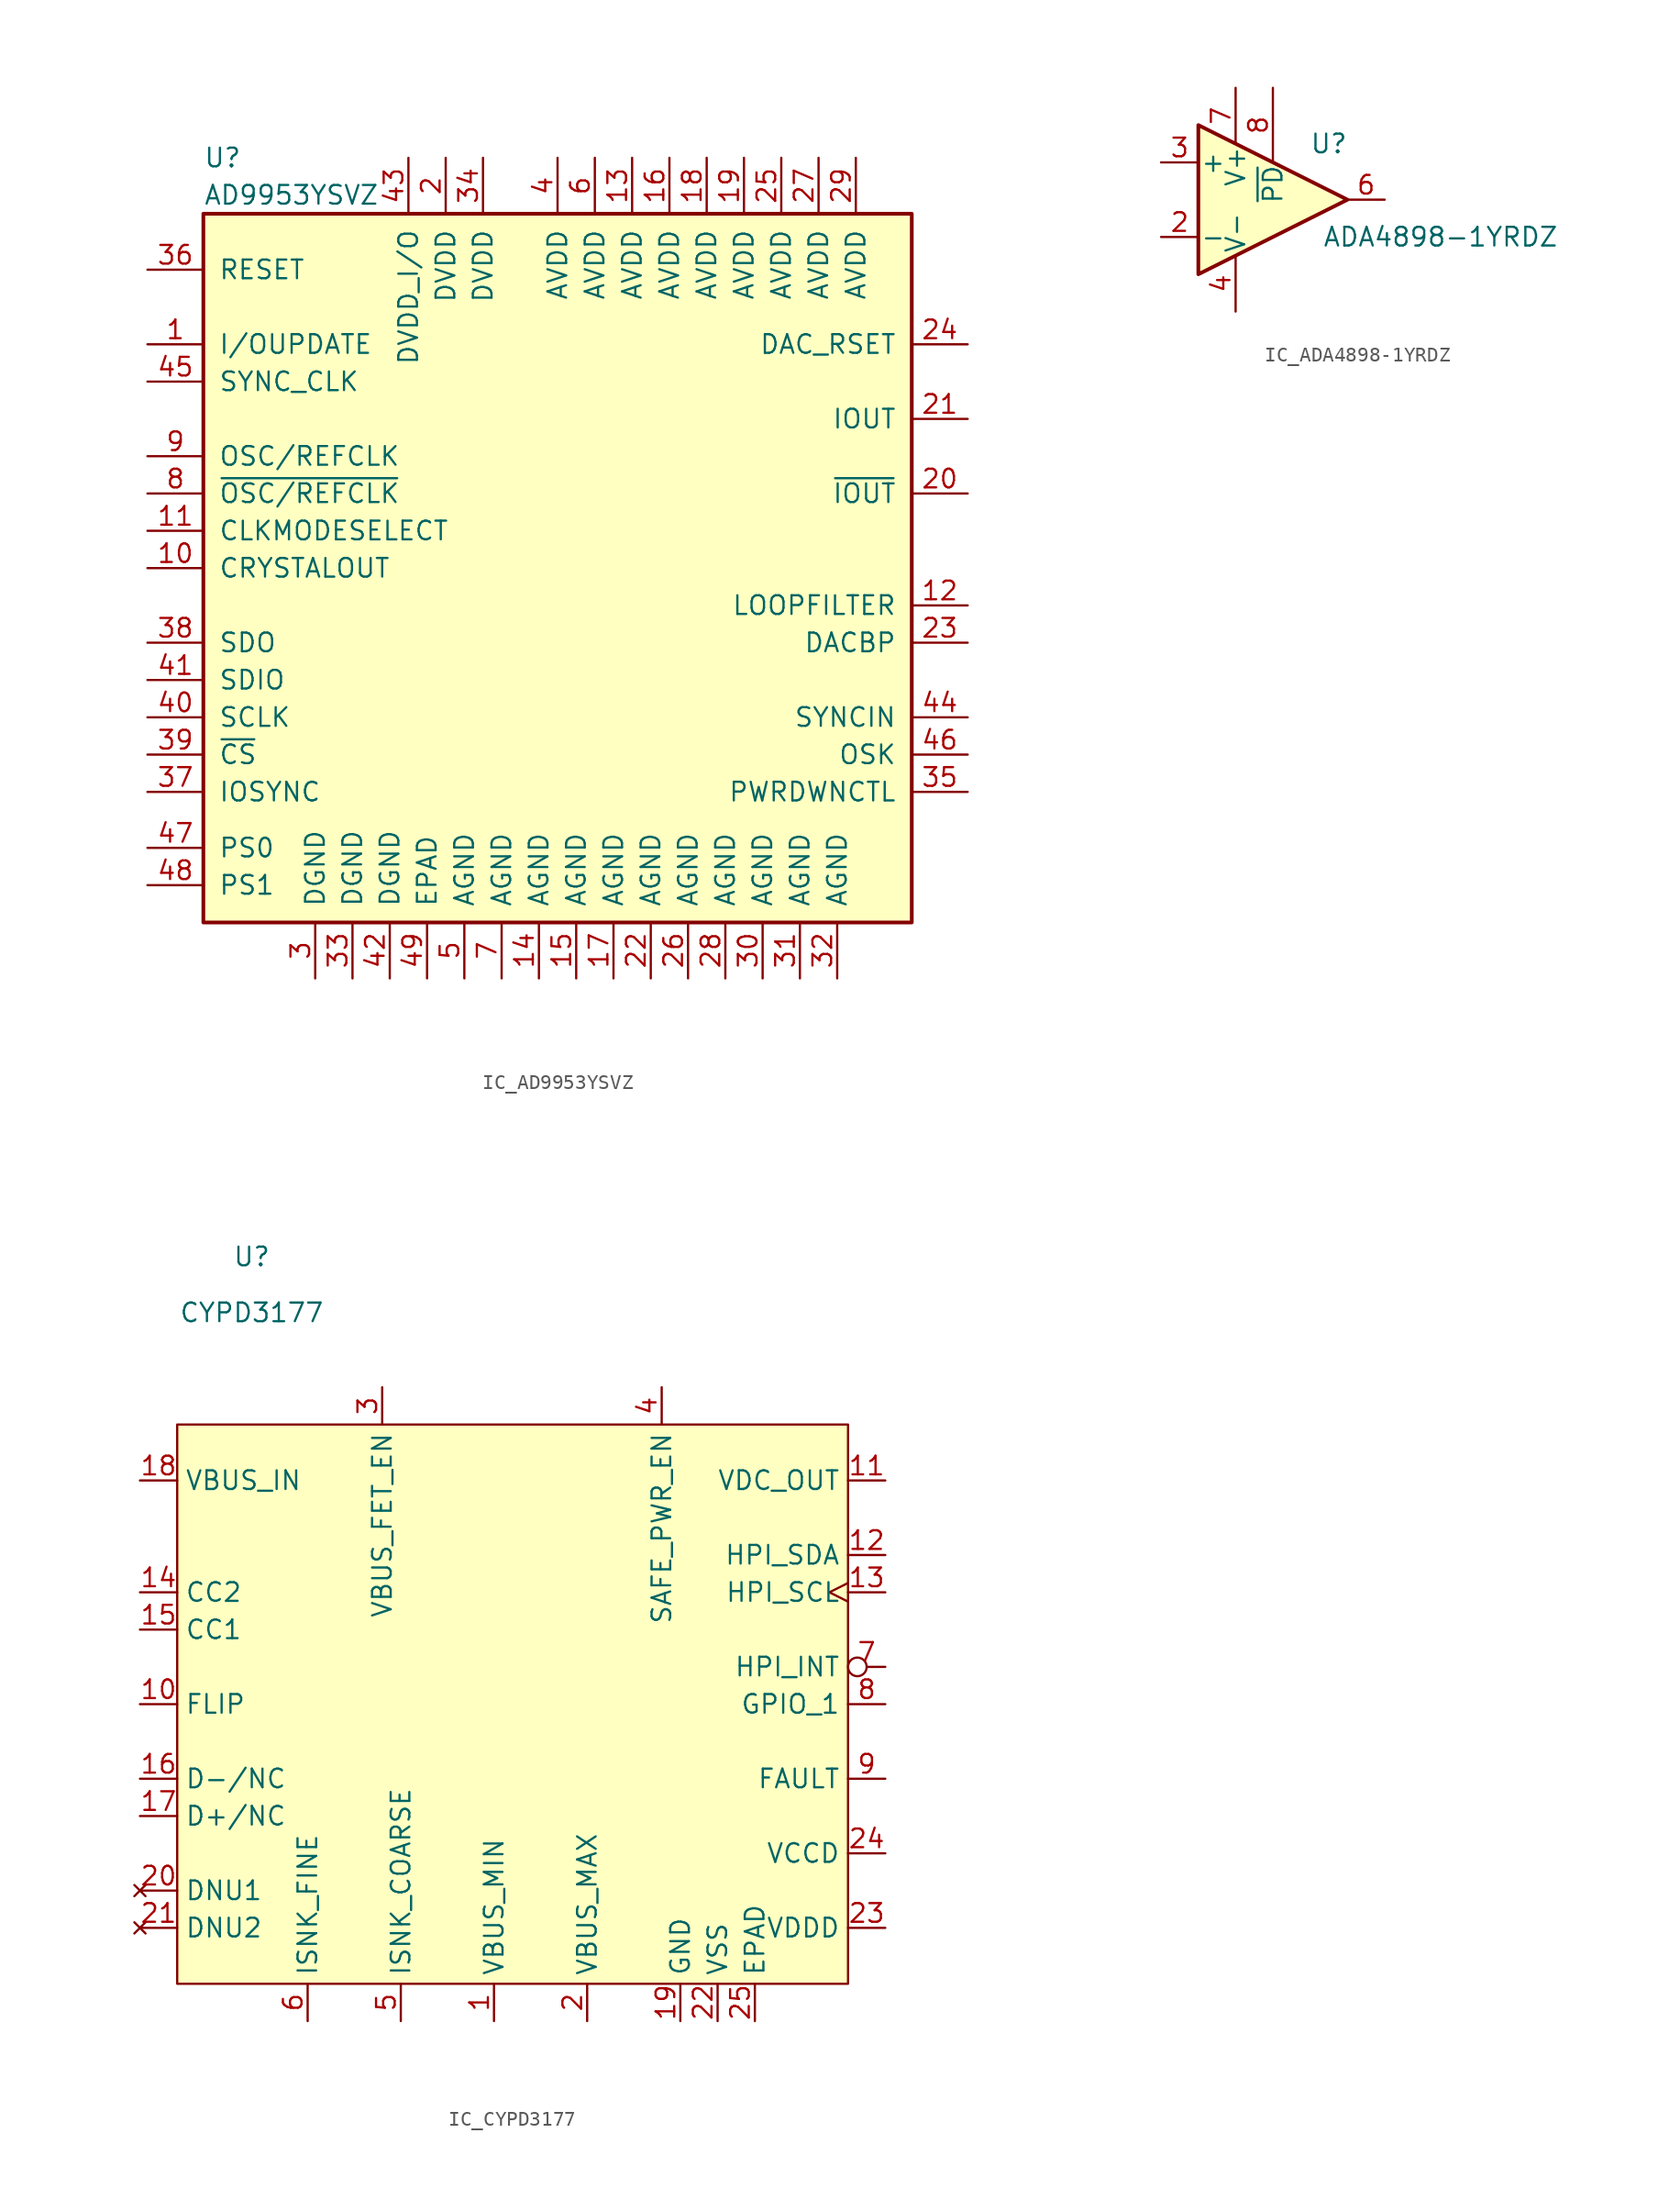
<source format=kicad_sym>
(kicad_symbol_lib
  (version 20220914)
  (generator kicad_symbol_editor)
  (symbol "IC_AD9953YSVZ"
    (pin_names
      (offset 1.016))
    (property "Reference" "U"
      (at -24.13 27.94 0)
      (effects (font (size 1.27 1.27)) (justify left)))
    (property "Value" "AD9953YSVZ"
      (at -24.13 25.4 0)
      (effects (font (size 1.27 1.27)) (justify left)))
    (symbol "IC_AD9953YSVZ_0_1"
      (rectangle (start -24.13 24.13) (end 24.13 -24.13) (stroke (width 0.254) (type default)) (fill (type background))))
    (symbol "IC_AD9953YSVZ_1_1"
      (pin bidirectional line (at -27.94 15.24 0) (length 3.81) (name "I/OUPDATE" (effects (font (size 1.27 1.27)))) (number "1" (effects (font (size 1.27 1.27)))))
      (pin output line (at -27.94 0 0) (length 3.81) (name "CRYSTALOUT" (effects (font (size 1.27 1.27)))) (number "10" (effects (font (size 1.27 1.27)))))
      (pin input line (at -27.94 2.54 0) (length 3.81) (name "CLKMODESELECT" (effects (font (size 1.27 1.27)))) (number "11" (effects (font (size 1.27 1.27)))))
      (pin input line (at 27.94 -2.54 180) (length 3.81) (name "LOOPFILTER" (effects (font (size 1.27 1.27)))) (number "12" (effects (font (size 1.27 1.27)))))
      (pin power_in line (at 5.08 27.94 270) (length 3.81) (name "AVDD" (effects (font (size 1.27 1.27)))) (number "13" (effects (font (size 1.27 1.27)))))
      (pin power_in line (at -1.27 -27.94 90) (length 3.81) (name "AGND" (effects (font (size 1.27 1.27)))) (number "14" (effects (font (size 1.27 1.27)))))
      (pin power_in line (at 1.27 -27.94 90) (length 3.81) (name "AGND" (effects (font (size 1.27 1.27)))) (number "15" (effects (font (size 1.27 1.27)))))
      (pin power_in line (at 7.62 27.94 270) (length 3.81) (name "AVDD" (effects (font (size 1.27 1.27)))) (number "16" (effects (font (size 1.27 1.27)))))
      (pin power_in line (at 3.81 -27.94 90) (length 3.81) (name "AGND" (effects (font (size 1.27 1.27)))) (number "17" (effects (font (size 1.27 1.27)))))
      (pin power_in line (at 10.16 27.94 270) (length 3.81) (name "AVDD" (effects (font (size 1.27 1.27)))) (number "18" (effects (font (size 1.27 1.27)))))
      (pin power_in line (at 12.7 27.94 270) (length 3.81) (name "AVDD" (effects (font (size 1.27 1.27)))) (number "19" (effects (font (size 1.27 1.27)))))
      (pin power_in line (at -7.62 27.94 270) (length 3.81) (name "DVDD" (effects (font (size 1.27 1.27)))) (number "2" (effects (font (size 1.27 1.27)))))
      (pin output line (at 27.94 5.08 180) (length 3.81) (name "~{IOUT}" (effects (font (size 1.27 1.27)))) (number "20" (effects (font (size 1.27 1.27)))))
      (pin output line (at 27.94 10.16 180) (length 3.81) (name "IOUT" (effects (font (size 1.27 1.27)))) (number "21" (effects (font (size 1.27 1.27)))))
      (pin power_in line (at 6.35 -27.94 90) (length 3.81) (name "AGND" (effects (font (size 1.27 1.27)))) (number "22" (effects (font (size 1.27 1.27)))))
      (pin input line (at 27.94 -5.08 180) (length 3.81) (name "DACBP" (effects (font (size 1.27 1.27)))) (number "23" (effects (font (size 1.27 1.27)))))
      (pin input line (at 27.94 15.24 180) (length 3.81) (name "DAC_RSET" (effects (font (size 1.27 1.27)))) (number "24" (effects (font (size 1.27 1.27)))))
      (pin power_in line (at 15.24 27.94 270) (length 3.81) (name "AVDD" (effects (font (size 1.27 1.27)))) (number "25" (effects (font (size 1.27 1.27)))))
      (pin power_in line (at 8.89 -27.94 90) (length 3.81) (name "AGND" (effects (font (size 1.27 1.27)))) (number "26" (effects (font (size 1.27 1.27)))))
      (pin power_in line (at 17.78 27.94 270) (length 3.81) (name "AVDD" (effects (font (size 1.27 1.27)))) (number "27" (effects (font (size 1.27 1.27)))))
      (pin power_in line (at 11.43 -27.94 90) (length 3.81) (name "AGND" (effects (font (size 1.27 1.27)))) (number "28" (effects (font (size 1.27 1.27)))))
      (pin power_in line (at 20.32 27.94 270) (length 3.81) (name "AVDD" (effects (font (size 1.27 1.27)))) (number "29" (effects (font (size 1.27 1.27)))))
      (pin power_in line (at -16.51 -27.94 90) (length 3.81) (name "DGND" (effects (font (size 1.27 1.27)))) (number "3" (effects (font (size 1.27 1.27)))))
      (pin power_in line (at 13.97 -27.94 90) (length 3.81) (name "AGND" (effects (font (size 1.27 1.27)))) (number "30" (effects (font (size 1.27 1.27)))))
      (pin power_in line (at 16.51 -27.94 90) (length 3.81) (name "AGND" (effects (font (size 1.27 1.27)))) (number "31" (effects (font (size 1.27 1.27)))))
      (pin power_in line (at 19.05 -27.94 90) (length 3.81) (name "AGND" (effects (font (size 1.27 1.27)))) (number "32" (effects (font (size 1.27 1.27)))))
      (pin power_in line (at -13.97 -27.94 90) (length 3.81) (name "DGND" (effects (font (size 1.27 1.27)))) (number "33" (effects (font (size 1.27 1.27)))))
      (pin power_in line (at -5.08 27.94 270) (length 3.81) (name "DVDD" (effects (font (size 1.27 1.27)))) (number "34" (effects (font (size 1.27 1.27)))))
      (pin input line (at 27.94 -15.24 180) (length 3.81) (name "PWRDWNCTL" (effects (font (size 1.27 1.27)))) (number "35" (effects (font (size 1.27 1.27)))))
      (pin input line (at -27.94 20.32 0) (length 3.81) (name "RESET" (effects (font (size 1.27 1.27)))) (number "36" (effects (font (size 1.27 1.27)))))
      (pin output line (at -27.94 -15.24 0) (length 3.81) (name "IOSYNC" (effects (font (size 1.27 1.27)))) (number "37" (effects (font (size 1.27 1.27)))))
      (pin output line (at -27.94 -5.08 0) (length 3.81) (name "SDO" (effects (font (size 1.27 1.27)))) (number "38" (effects (font (size 1.27 1.27)))))
      (pin input line (at -27.94 -12.7 0) (length 3.81) (name "~{CS}" (effects (font (size 1.27 1.27)))) (number "39" (effects (font (size 1.27 1.27)))))
      (pin power_in line (at 0 27.94 270) (length 3.81) (name "AVDD" (effects (font (size 1.27 1.27)))) (number "4" (effects (font (size 1.27 1.27)))))
      (pin input line (at -27.94 -10.16 0) (length 3.81) (name "SCLK" (effects (font (size 1.27 1.27)))) (number "40" (effects (font (size 1.27 1.27)))))
      (pin bidirectional line (at -27.94 -7.62 0) (length 3.81) (name "SDIO" (effects (font (size 1.27 1.27)))) (number "41" (effects (font (size 1.27 1.27)))))
      (pin power_in line (at -11.43 -27.94 90) (length 3.81) (name "DGND" (effects (font (size 1.27 1.27)))) (number "42" (effects (font (size 1.27 1.27)))))
      (pin power_in line (at -10.16 27.94 270) (length 3.81) (name "DVDD_I/O" (effects (font (size 1.27 1.27)))) (number "43" (effects (font (size 1.27 1.27)))))
      (pin power_in line (at 27.94 -10.16 180) (length 3.81) (name "SYNCIN" (effects (font (size 1.27 1.27)))) (number "44" (effects (font (size 1.27 1.27)))))
      (pin output line (at -27.94 12.7 0) (length 3.81) (name "SYNC_CLK" (effects (font (size 1.27 1.27)))) (number "45" (effects (font (size 1.27 1.27)))))
      (pin output line (at 27.94 -12.7 180) (length 3.81) (name "OSK" (effects (font (size 1.27 1.27)))) (number "46" (effects (font (size 1.27 1.27)))))
      (pin input line (at -27.94 -19.05 0) (length 3.81) (name "PS0" (effects (font (size 1.27 1.27)))) (number "47" (effects (font (size 1.27 1.27)))))
      (pin input line (at -27.94 -21.59 0) (length 3.81) (name "PS1" (effects (font (size 1.27 1.27)))) (number "48" (effects (font (size 1.27 1.27)))))
      (pin power_in line (at -8.89 -27.94 90) (length 3.81) (name "EPAD" (effects (font (size 1.27 1.27)))) (number "49" (effects (font (size 1.27 1.27)))))
      (pin power_in line (at -6.35 -27.94 90) (length 3.81) (name "AGND" (effects (font (size 1.27 1.27)))) (number "5" (effects (font (size 1.27 1.27)))))
      (pin power_in line (at 2.54 27.94 270) (length 3.81) (name "AVDD" (effects (font (size 1.27 1.27)))) (number "6" (effects (font (size 1.27 1.27)))))
      (pin power_in line (at -3.81 -27.94 90) (length 3.81) (name "AGND" (effects (font (size 1.27 1.27)))) (number "7" (effects (font (size 1.27 1.27)))))
      (pin input line (at -27.94 5.08 0) (length 3.81) (name "~{OSC/REFCLK}" (effects (font (size 1.27 1.27)))) (number "8" (effects (font (size 1.27 1.27)))))
      (pin input line (at -27.94 7.62 0) (length 3.81) (name "OSC/REFCLK" (effects (font (size 1.27 1.27)))) (number "9" (effects (font (size 1.27 1.27)))))))
  (symbol "IC_ADA4898-1YRDZ"
    (pin_names
      (offset 0.127))
    (property "Reference" "U"
      (at 3.81 3.81 0)
      (effects (font (size 1.27 1.27))))
    (property "Value" "ADA4898-1YRDZ"
      (at 11.43 -2.54 0)
      (effects (font (size 1.27 1.27))))
    (symbol "IC_ADA4898-1YRDZ_1_1"
      (polyline (pts (xy -5.08 5.08) (xy 5.08 0) (xy -5.08 -5.08) (xy -5.08 5.08)) (stroke (width 0.254) (type default)) (fill (type background)))
      (pin input line (at -7.62 -2.54 0) (length 2.54) (name "-" (effects (font (size 1.27 1.27)))) (number "2" (effects (font (size 1.27 1.27)))))
      (pin input line (at -7.62 2.54 0) (length 2.54) (name "+" (effects (font (size 1.27 1.27)))) (number "3" (effects (font (size 1.27 1.27)))))
      (pin power_in line (at -2.54 -7.62 90) (length 3.81) (name "V-" (effects (font (size 1.27 1.27)))) (number "4" (effects (font (size 1.27 1.27)))))
      (pin output line (at 7.62 0 180) (length 2.54) (name "~" (effects (font (size 1.27 1.27)))) (number "6" (effects (font (size 1.27 1.27)))))
      (pin power_in line (at -2.54 7.62 270) (length 3.81) (name "V+" (effects (font (size 1.27 1.27)))) (number "7" (effects (font (size 1.27 1.27)))))
      (pin input line (at 0 7.62 270) (length 5.08) (name "~{PD}" (effects (font (size 1.27 1.27)))) (number "8" (effects (font (size 1.27 1.27)))))
      (pin passive line (at -2.54 -7.62 90) (length 3.81) hide (name "EP" (effects (font (size 1.27 1.27)))) (number "9" (effects (font (size 1.27 1.27)))))))
  (symbol "IC_CYPD3177"
    (property "Reference" "U"
      (at 5.08 11.43 0)
      (effects (font (size 1.27 1.27))))
    (property "Value" "CYPD3177"
      (at 5.08 7.62 0)
      (effects (font (size 1.27 1.27))))
    (symbol "IC_CYPD3177_0_1"
      (rectangle (start 0 0) (end 45.72 -38.1) (stroke (width 0) (type default)) (fill (type background))))
    (symbol "IC_CYPD3177_1_1"
      (pin passive line (at 21.59 -40.64 90) (length 2.54) (name "VBUS_MIN" (effects (font (size 1.27 1.27)))) (number "1" (effects (font (size 1.27 1.27)))))
      (pin bidirectional line (at -2.54 -19.05 0) (length 2.54) (name "FLIP" (effects (font (size 1.27 1.27)))) (number "10" (effects (font (size 1.27 1.27)))))
      (pin passive line (at 48.26 -3.81 180) (length 2.54) (name "VDC_OUT" (effects (font (size 1.27 1.27)))) (number "11" (effects (font (size 1.27 1.27)))))
      (pin bidirectional line (at 48.26 -8.89 180) (length 2.54) (name "HPI_SDA" (effects (font (size 1.27 1.27)))) (number "12" (effects (font (size 1.27 1.27)))))
      (pin bidirectional clock (at 48.26 -11.43 180) (length 2.54) (name "HPI_SCL" (effects (font (size 1.27 1.27)))) (number "13" (effects (font (size 1.27 1.27)))))
      (pin passive line (at -2.54 -11.43 0) (length 2.54) (name "CC2" (effects (font (size 1.27 1.27)))) (number "14" (effects (font (size 1.27 1.27)))))
      (pin passive line (at -2.54 -13.97 0) (length 2.54) (name "CC1" (effects (font (size 1.27 1.27)))) (number "15" (effects (font (size 1.27 1.27)))))
      (pin passive line (at -2.54 -24.13 0) (length 2.54) (name "D-/NC" (effects (font (size 1.27 1.27)))) (number "16" (effects (font (size 1.27 1.27)))))
      (pin passive line (at -2.54 -26.67 0) (length 2.54) (name "D+/NC" (effects (font (size 1.27 1.27)))) (number "17" (effects (font (size 1.27 1.27)))))
      (pin power_in line (at -2.54 -3.81 0) (length 2.54) (name "VBUS_IN" (effects (font (size 1.27 1.27)))) (number "18" (effects (font (size 1.27 1.27)))))
      (pin power_in line (at 34.29 -40.64 90) (length 2.54) (name "GND" (effects (font (size 1.27 1.27)))) (number "19" (effects (font (size 1.27 1.27)))))
      (pin passive line (at 27.94 -40.64 90) (length 2.54) (name "VBUS_MAX" (effects (font (size 1.27 1.27)))) (number "2" (effects (font (size 1.27 1.27)))))
      (pin no_connect line (at -2.54 -31.75 0) (length 2.54) (name "DNU1" (effects (font (size 1.27 1.27)))) (number "20" (effects (font (size 1.27 1.27)))))
      (pin no_connect line (at -2.54 -34.29 0) (length 2.54) (name "DNU2" (effects (font (size 1.27 1.27)))) (number "21" (effects (font (size 1.27 1.27)))))
      (pin power_in line (at 36.83 -40.64 90) (length 2.54) (name "VSS" (effects (font (size 1.27 1.27)))) (number "22" (effects (font (size 1.27 1.27)))))
      (pin power_out line (at 48.26 -34.29 180) (length 2.54) (name "VDDD" (effects (font (size 1.27 1.27)))) (number "23" (effects (font (size 1.27 1.27)))))
      (pin power_out line (at 48.26 -29.21 180) (length 2.54) (name "VCCD" (effects (font (size 1.27 1.27)))) (number "24" (effects (font (size 1.27 1.27)))))
      (pin power_in line (at 39.37 -40.64 90) (length 2.54) (name "EPAD" (effects (font (size 1.27 1.27)))) (number "25" (effects (font (size 1.27 1.27)))))
      (pin output line (at 13.97 2.54 270) (length 2.54) (name "VBUS_FET_EN" (effects (font (size 1.27 1.27)))) (number "3" (effects (font (size 1.27 1.27)))))
      (pin output line (at 33.02 2.54 270) (length 2.54) (name "SAFE_PWR_EN" (effects (font (size 1.27 1.27)))) (number "4" (effects (font (size 1.27 1.27)))))
      (pin passive line (at 15.24 -40.64 90) (length 2.54) (name "ISNK_COARSE" (effects (font (size 1.27 1.27)))) (number "5" (effects (font (size 1.27 1.27)))))
      (pin passive line (at 8.89 -40.64 90) (length 2.54) (name "ISNK_FINE" (effects (font (size 1.27 1.27)))) (number "6" (effects (font (size 1.27 1.27)))))
      (pin bidirectional inverted (at 48.26 -16.51 180) (length 2.54) (name "HPI_INT" (effects (font (size 1.27 1.27)))) (number "7" (effects (font (size 1.27 1.27)))))
      (pin bidirectional line (at 48.26 -19.05 180) (length 2.54) (name "GPIO_1" (effects (font (size 1.27 1.27)))) (number "8" (effects (font (size 1.27 1.27)))))
      (pin output line (at 48.26 -24.13 180) (length 2.54) (name "FAULT" (effects (font (size 1.27 1.27)))) (number "9" (effects (font (size 1.27 1.27))))))))
</source>
